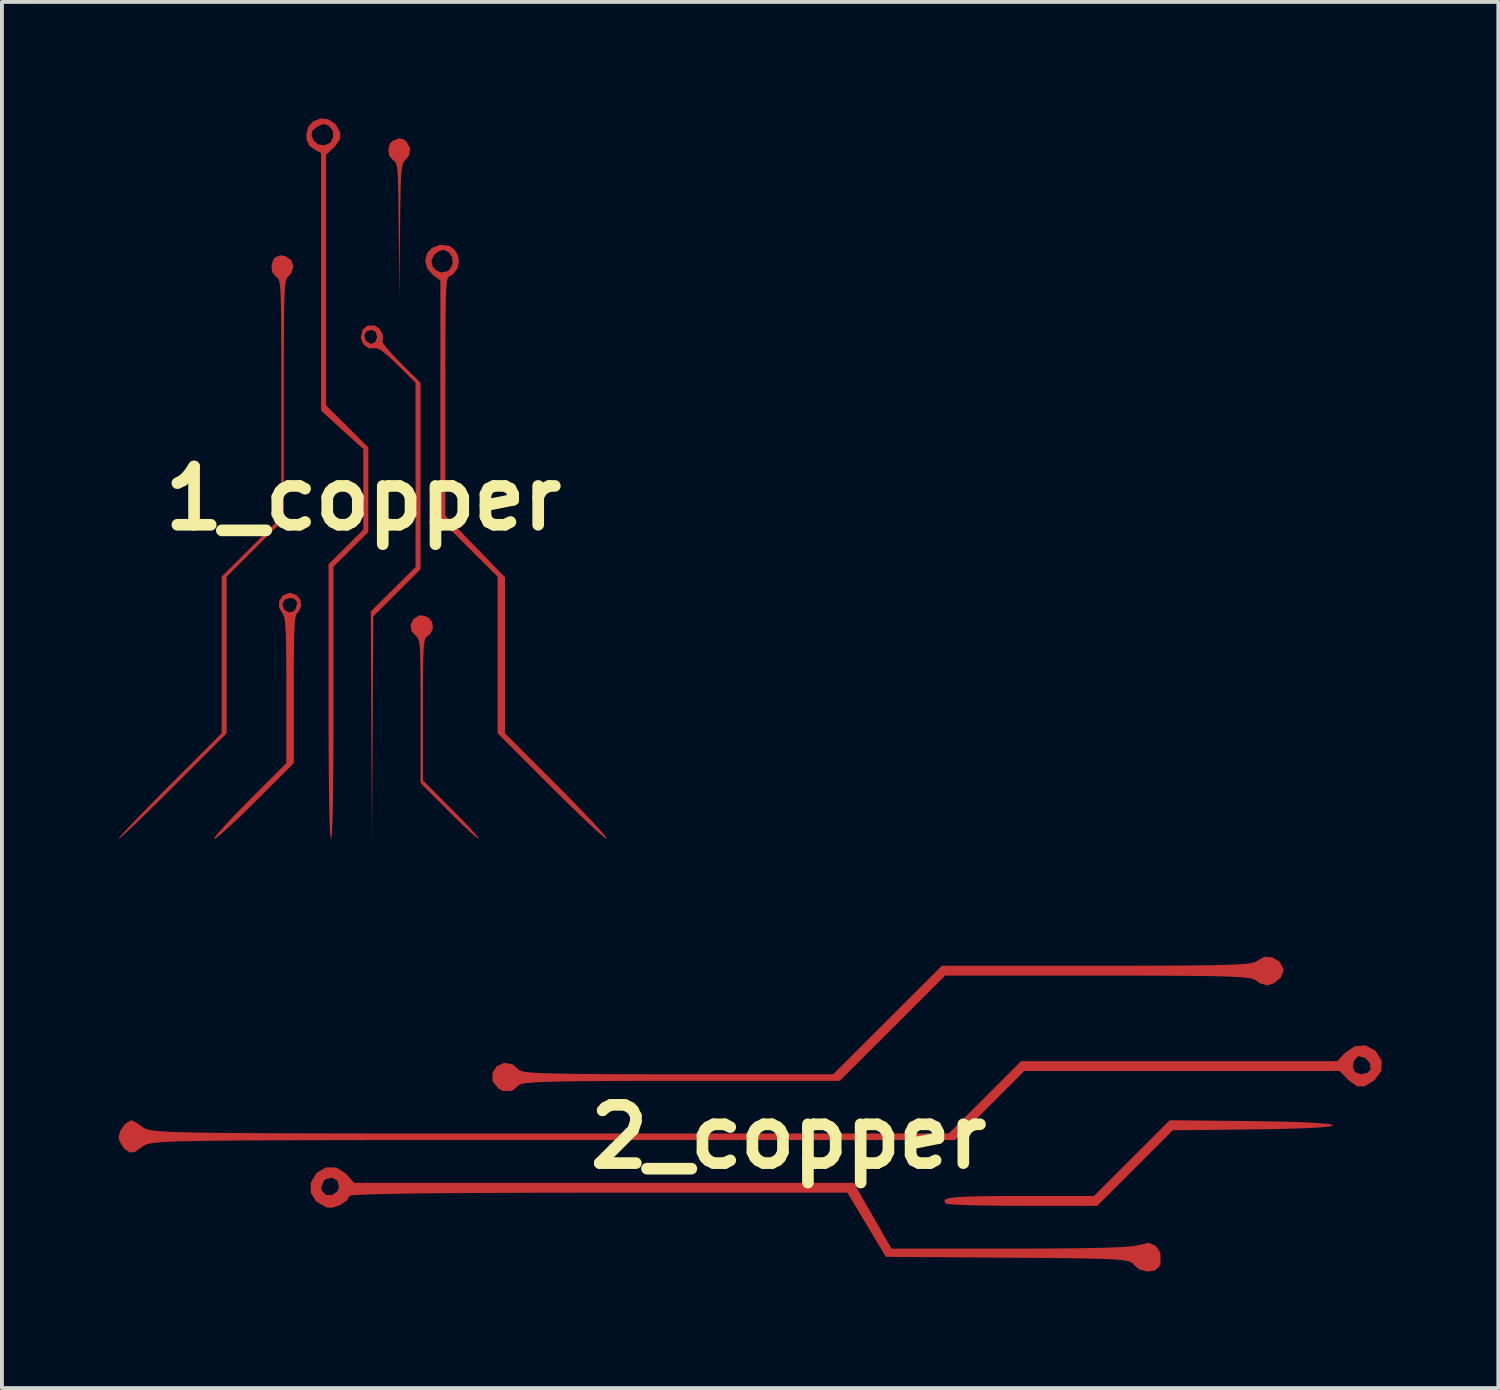
<source format=kicad_pcb>
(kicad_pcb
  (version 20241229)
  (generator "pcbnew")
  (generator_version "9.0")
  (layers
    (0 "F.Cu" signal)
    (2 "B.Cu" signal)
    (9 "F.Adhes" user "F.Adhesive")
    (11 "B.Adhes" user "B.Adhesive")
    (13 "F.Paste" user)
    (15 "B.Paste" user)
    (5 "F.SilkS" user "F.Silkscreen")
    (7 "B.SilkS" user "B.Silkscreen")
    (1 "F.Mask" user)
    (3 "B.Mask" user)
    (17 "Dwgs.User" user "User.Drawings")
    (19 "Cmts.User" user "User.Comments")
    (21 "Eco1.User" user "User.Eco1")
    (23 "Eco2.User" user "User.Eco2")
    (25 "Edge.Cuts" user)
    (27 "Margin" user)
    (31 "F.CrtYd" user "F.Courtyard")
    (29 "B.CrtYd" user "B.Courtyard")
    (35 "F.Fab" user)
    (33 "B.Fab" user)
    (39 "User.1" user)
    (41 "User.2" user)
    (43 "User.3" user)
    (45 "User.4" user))
  (footprint "1_copper"
    (layer "F.Cu")
    (at 6.302 9.779)
    (property "Reference" "1_copper" (at 0 0 0) (layer "F.SilkS") (effects (font (size 1.5 1.5) (thickness 0.3))))
    (attr board_only exclude_from_pos_files exclude_from_bom)
    (fp_poly (pts (xy 1.043 -9.239) (xy 1.115 -9.177) (xy 1.207 -9.009) (xy 1.178 -8.831) (xy 1.089 -8.716) (xy 1.051 -8.674) (xy 1.021 -8.617) (xy 0.998 -8.53) (xy 0.981 -8.398) (xy 0.968 -8.206) (xy 0.959 -7.937) (xy 0.952 -7.578) (xy 0.946 -7.113) (xy 0.944 -6.874) (xy 0.926 -5.15) (xy 0.911 -6.892) (xy 0.906 -7.409) (xy 0.9 -7.814) (xy 0.894 -8.12) (xy 0.884 -8.342) (xy 0.87 -8.495) (xy 0.851 -8.593) (xy 0.826 -8.652) (xy 0.793 -8.686) (xy 0.768 -8.701) (xy 0.666 -8.818) (xy 0.639 -8.981) (xy 0.686 -9.137) (xy 0.764 -9.211) (xy 0.922 -9.271)) (stroke (width 0) (type solid)) (fill yes) (layer "F.Cu"))
    (fp_poly (pts (xy 1.668 3.057) (xy 1.769 3.181) (xy 1.792 3.337) (xy 1.725 3.483) (xy 1.663 3.534) (xy 1.626 3.562) (xy 1.597 3.604) (xy 1.575 3.675) (xy 1.559 3.789) (xy 1.548 3.96) (xy 1.541 4.204) (xy 1.537 4.533) (xy 1.536 4.964) (xy 1.536 5.437) (xy 1.536 7.26) (xy 2.286 8.013) (xy 2.531 8.261) (xy 2.734 8.475) (xy 2.883 8.64) (xy 2.965 8.74) (xy 2.973 8.765) (xy 2.908 8.722) (xy 2.771 8.603) (xy 2.577 8.423) (xy 2.345 8.198) (xy 2.19 8.044) (xy 1.472 7.324) (xy 1.472 5.469) (xy 1.471 4.933) (xy 1.47 4.51) (xy 1.466 4.187) (xy 1.459 3.949) (xy 1.447 3.782) (xy 1.431 3.671) (xy 1.409 3.602) (xy 1.379 3.561) (xy 1.344 3.534) (xy 1.233 3.405) (xy 1.218 3.248) (xy 1.286 3.105) (xy 1.423 3.018) (xy 1.504 3.007)) (stroke (width 0) (type solid)) (fill yes) (layer "F.Cu"))
    (fp_poly (pts (xy 0.414 -4.37) (xy 0.496 -4.228) (xy 0.505 -4.083) (xy 0.489 -4.046) (xy 0.518 -3.981) (xy 0.622 -3.848) (xy 0.785 -3.667) (xy 0.963 -3.484) (xy 1.472 -2.978) (xy 1.472 -0.576) (xy 1.472 1.826) (xy 0.864 2.431) (xy 0.257 3.035) (xy 0.24 5.916) (xy 0.223 8.797) (xy 0.207 5.853) (xy 0.192 2.908) (xy 0.768 2.335) (xy 1.344 1.762) (xy 1.344 -0.608) (xy 1.344 -2.978) (xy 0.876 -3.443) (xy 0.625 -3.68) (xy 0.446 -3.821) (xy 0.332 -3.872) (xy 0.305 -3.868) (xy 0.142 -3.864) (xy 0.007 -3.957) (xy -0.062 -4.116) (xy -0.064 -4.153) (xy -0.052 -4.204) (xy 0.027 -4.204) (xy 0.057 -4.074) (xy 0.073 -4.052) (xy 0.192 -3.978) (xy 0.298 -4.013) (xy 0.351 -4.139) (xy 0.352 -4.16) (xy 0.315 -4.293) (xy 0.216 -4.338) (xy 0.088 -4.308) (xy 0.027 -4.204) (xy -0.052 -4.204) (xy -0.018 -4.347) (xy 0.108 -4.451) (xy 0.286 -4.453)) (stroke (width 0) (type solid)) (fill yes) (layer "F.Cu"))
    (fp_poly (pts (xy -1.723 2.483) (xy -1.621 2.609) (xy -1.598 2.769) (xy -1.669 2.919) (xy -1.695 2.943) (xy -1.723 2.983) (xy -1.746 3.058) (xy -1.763 3.184) (xy -1.775 3.373) (xy -1.783 3.638) (xy -1.788 3.993) (xy -1.791 4.452) (xy -1.791 4.919) (xy -1.791 6.815) (xy -2.768 7.79) (xy -3.06 8.078) (xy -3.326 8.332) (xy -3.551 8.539) (xy -3.722 8.686) (xy -3.822 8.759) (xy -3.839 8.765) (xy -3.824 8.723) (xy -3.729 8.603) (xy -3.566 8.42) (xy -3.346 8.186) (xy -3.082 7.913) (xy -2.958 7.789) (xy -1.983 6.812) (xy -1.983 4.937) (xy -1.984 4.385) (xy -1.987 3.947) (xy -1.993 3.609) (xy -2.003 3.359) (xy -2.016 3.183) (xy -2.034 3.066) (xy -2.058 2.996) (xy -2.079 2.966) (xy -2.17 2.805) (xy -2.167 2.718) (xy -2.085 2.718) (xy -2.046 2.849) (xy -2.041 2.855) (xy -1.914 2.937) (xy -1.791 2.901) (xy -1.738 2.831) (xy -1.703 2.676) (xy -1.776 2.581) (xy -1.886 2.559) (xy -2.024 2.606) (xy -2.085 2.718) (xy -2.167 2.718) (xy -2.164 2.636) (xy -2.074 2.499) (xy -1.916 2.433) (xy -1.887 2.431)) (stroke (width 0) (type solid)) (fill yes) (layer "F.Cu"))
    (fp_poly (pts (xy -1.996 -6.232) (xy -1.85 -6.126) (xy -1.8 -5.969) (xy -1.854 -5.801) (xy -1.916 -5.729) (xy -1.946 -5.699) (xy -1.972 -5.66) (xy -1.992 -5.601) (xy -2.009 -5.512) (xy -2.021 -5.381) (xy -2.031 -5.197) (xy -2.038 -4.949) (xy -2.043 -4.626) (xy -2.045 -4.217) (xy -2.047 -3.71) (xy -2.047 -3.096) (xy -2.047 -2.532) (xy -2.047 0.546) (xy -2.783 1.28) (xy -3.519 2.013) (xy -3.519 4.03) (xy -3.519 6.047) (xy -4.879 7.406) (xy -5.222 7.747) (xy -5.538 8.057) (xy -5.814 8.324) (xy -6.04 8.538) (xy -6.202 8.687) (xy -6.291 8.76) (xy -6.302 8.765) (xy -6.275 8.722) (xy -6.167 8.6) (xy -5.989 8.409) (xy -5.751 8.162) (xy -5.465 7.868) (xy -5.139 7.539) (xy -5.006 7.405) (xy -3.647 6.045) (xy -3.647 4.029) (xy -3.647 2.013) (xy -2.879 1.248) (xy -2.111 0.482) (xy -2.111 -2.572) (xy -2.111 -3.276) (xy -2.112 -3.863) (xy -2.114 -4.343) (xy -2.117 -4.729) (xy -2.122 -5.03) (xy -2.13 -5.258) (xy -2.14 -5.424) (xy -2.153 -5.538) (xy -2.171 -5.612) (xy -2.192 -5.656) (xy -2.218 -5.681) (xy -2.239 -5.694) (xy -2.338 -5.81) (xy -2.366 -5.978) (xy -2.322 -6.142) (xy -2.267 -6.209) (xy -2.133 -6.26)) (stroke (width 0) (type solid)) (fill yes) (layer "F.Cu"))
    (fp_poly (pts (xy -0.906 -9.762) (xy -0.73 -9.645) (xy -0.708 -9.62) (xy -0.596 -9.421) (xy -0.602 -9.241) (xy -0.73 -9.058) (xy -0.768 -9.021) (xy -0.96 -8.842) (xy -0.96 -5.619) (xy -0.96 -2.396) (xy -0.416 -1.855) (xy 0.128 -1.314) (xy 0.128 -0.224) (xy 0.128 0.867) (xy -0.32 1.312) (xy -0.768 1.756) (xy -0.768 5.261) (xy -0.769 6.116) (xy -0.772 6.856) (xy -0.778 7.477) (xy -0.786 7.979) (xy -0.796 8.359) (xy -0.809 8.615) (xy -0.823 8.747) (xy -0.832 8.765) (xy -0.847 8.702) (xy -0.861 8.512) (xy -0.872 8.197) (xy -0.881 7.761) (xy -0.888 7.203) (xy -0.893 6.526) (xy -0.895 5.732) (xy -0.896 5.229) (xy -0.896 1.692) (xy -0.448 1.248) (xy 0 0.803) (xy 0 -0.233) (xy 0 -1.27) (xy -0.544 -1.765) (xy -1.088 -2.26) (xy -1.088 -5.574) (xy -1.088 -8.889) (xy -1.232 -8.965) (xy -1.394 -9.081) (xy -1.462 -9.233) (xy -1.469 -9.34) (xy -1.332 -9.34) (xy -1.277 -9.209) (xy -1.162 -9.111) (xy -1 -9.09) (xy -0.853 -9.154) (xy -0.845 -9.162) (xy -0.773 -9.309) (xy -0.792 -9.473) (xy -0.894 -9.596) (xy -0.9 -9.599) (xy -1.032 -9.635) (xy -1.174 -9.577) (xy -1.188 -9.568) (xy -1.315 -9.458) (xy -1.332 -9.34) (xy -1.469 -9.34) (xy -1.471 -9.357) (xy -1.419 -9.565) (xy -1.285 -9.71) (xy -1.102 -9.779)) (stroke (width 0) (type solid)) (fill yes) (layer "F.Cu"))
    (fp_poly (pts (xy 2.219 -6.499) (xy 2.349 -6.404) (xy 2.427 -6.28) (xy 2.464 -6.1) (xy 2.418 -5.911) (xy 2.308 -5.765) (xy 2.232 -5.724) (xy 2.205 -5.711) (xy 2.181 -5.683) (xy 2.162 -5.631) (xy 2.147 -5.542) (xy 2.135 -5.407) (xy 2.126 -5.214) (xy 2.12 -4.953) (xy 2.116 -4.612) (xy 2.113 -4.182) (xy 2.112 -3.652) (xy 2.111 -3.009) (xy 2.111 -2.621) (xy 2.111 0.443) (xy 2.879 1.237) (xy 3.647 2.031) (xy 3.647 4.038) (xy 3.647 6.045) (xy 5.006 7.405) (xy 5.342 7.744) (xy 5.641 8.053) (xy 5.894 8.319) (xy 6.09 8.533) (xy 6.219 8.683) (xy 6.272 8.758) (xy 6.269 8.765) (xy 6.201 8.721) (xy 6.055 8.598) (xy 5.844 8.405) (xy 5.579 8.155) (xy 5.272 7.858) (xy 4.935 7.526) (xy 4.814 7.405) (xy 3.455 6.045) (xy 3.455 4.029) (xy 3.455 2.013) (xy 2.719 1.28) (xy 1.983 0.546) (xy 1.983 -2.53) (xy 1.983 -5.606) (xy 1.791 -5.748) (xy 1.642 -5.921) (xy 1.593 -6.116) (xy 1.594 -6.121) (xy 1.752 -6.121) (xy 1.779 -5.978) (xy 1.875 -5.868) (xy 2.012 -5.816) (xy 2.162 -5.849) (xy 2.226 -5.899) (xy 2.301 -6.046) (xy 2.285 -6.208) (xy 2.197 -6.34) (xy 2.052 -6.398) (xy 2.044 -6.398) (xy 1.925 -6.353) (xy 1.823 -6.27) (xy 1.752 -6.121) (xy 1.594 -6.121) (xy 1.636 -6.302) (xy 1.761 -6.448) (xy 1.959 -6.522) (xy 2.02 -6.525)) (stroke (width 0) (type solid)) (fill yes) (layer "F.Cu")))
  (footprint "2_copper"
    (layer "F.Cu")
    (at 17.245 26.209)
    (property "Reference" "2_copper" (at 0 0 0) (layer "F.SilkS") (effects (font (size 1.5 1.5) (thickness 0.3))))
    (attr board_only exclude_from_pos_files exclude_from_bom)
    (fp_poly (pts (xy 11.914 -0.404) (xy 12.615 -0.393) (xy 13.185 -0.377) (xy 13.613 -0.356) (xy 13.892 -0.332) (xy 14.013 -0.303) (xy 14.017 -0.296) (xy 13.934 -0.267) (xy 13.69 -0.241) (xy 13.294 -0.22) (xy 12.757 -0.203) (xy 12.087 -0.191) (xy 11.954 -0.189) (xy 9.891 -0.166) (xy 8.918 0.806) (xy 7.946 1.778) (xy 6.026 1.778) (xy 5.471 1.776) (xy 4.974 1.769) (xy 4.56 1.759) (xy 4.253 1.745) (xy 4.079 1.73) (xy 4.049 1.722) (xy 4.008 1.66) (xy 4.034 1.612) (xy 4.144 1.576) (xy 4.355 1.552) (xy 4.683 1.536) (xy 5.143 1.527) (xy 5.754 1.524) (xy 5.927 1.524) (xy 7.861 1.524) (xy 8.836 0.549) (xy 9.812 -0.426)) (stroke (width 0) (type solid)) (fill yes) (layer "F.Cu"))
    (fp_poly (pts (xy 12.454 -4.618) (xy 12.64 -4.508) (xy 12.738 -4.325) (xy 12.742 -4.276) (xy 12.671 -4.1) (xy 12.503 -3.953) (xy 12.318 -3.895) (xy 12.129 -3.952) (xy 12.033 -4.022) (xy 11.983 -4.052) (xy 11.892 -4.077) (xy 11.745 -4.097) (xy 11.527 -4.114) (xy 11.225 -4.126) (xy 10.823 -4.136) (xy 10.309 -4.142) (xy 9.667 -4.146) (xy 8.883 -4.148) (xy 7.969 -4.149) (xy 4.033 -4.149) (xy 2.676 -2.794) (xy 1.319 -1.439) (xy -2.777 -1.439) (xy -3.748 -1.439) (xy -4.563 -1.436) (xy -5.233 -1.431) (xy -5.771 -1.424) (xy -6.19 -1.414) (xy -6.502 -1.401) (xy -6.721 -1.384) (xy -6.859 -1.364) (xy -6.929 -1.339) (xy -6.94 -1.327) (xy -7.114 -1.18) (xy -7.339 -1.176) (xy -7.466 -1.239) (xy -7.62 -1.43) (xy -7.618 -1.652) (xy -7.509 -1.817) (xy -7.319 -1.903) (xy -7.103 -1.867) (xy -6.94 -1.725) (xy -6.899 -1.697) (xy -6.801 -1.674) (xy -6.633 -1.655) (xy -6.381 -1.64) (xy -6.034 -1.629) (xy -5.576 -1.62) (xy -4.996 -1.614) (xy -4.28 -1.611) (xy -3.415 -1.609) (xy -2.862 -1.609) (xy 1.149 -1.609) (xy 2.548 -3.006) (xy 3.948 -4.403) (xy 7.953 -4.403) (xy 8.896 -4.403) (xy 9.683 -4.405) (xy 10.329 -4.409) (xy 10.847 -4.415) (xy 11.251 -4.424) (xy 11.555 -4.437) (xy 11.775 -4.453) (xy 11.922 -4.472) (xy 12.013 -4.497) (xy 12.06 -4.526) (xy 12.063 -4.53) (xy 12.241 -4.633)) (stroke (width 0) (type solid)) (fill yes) (layer "F.Cu"))
    (fp_poly (pts (xy -11.629 0.793) (xy -11.382 0.957) (xy -11.367 0.974) (xy -11.183 1.185) (xy -4.751 1.185) (xy 1.681 1.185) (xy 2.166 2.032) (xy 2.651 2.879) (xy 5.749 2.879) (xy 6.703 2.876) (xy 7.49 2.869) (xy 8.113 2.856) (xy 8.573 2.838) (xy 8.874 2.815) (xy 9.018 2.787) (xy 9.021 2.785) (xy 9.262 2.729) (xy 9.455 2.808) (xy 9.571 2.99) (xy 9.577 3.241) (xy 9.548 3.337) (xy 9.428 3.445) (xy 9.232 3.469) (xy 9.026 3.412) (xy 8.896 3.303) (xy 8.859 3.259) (xy 8.805 3.224) (xy 8.718 3.195) (xy 8.579 3.173) (xy 8.373 3.156) (xy 8.083 3.143) (xy 7.693 3.133) (xy 7.184 3.126) (xy 6.541 3.119) (xy 5.747 3.113) (xy 5.642 3.113) (xy 2.506 3.09) (xy 2.01 2.265) (xy 1.515 1.439) (xy -4.892 1.439) (xy -6.195 1.44) (xy -7.36 1.444) (xy -8.381 1.449) (xy -9.257 1.456) (xy -9.981 1.466) (xy -10.552 1.477) (xy -10.964 1.49) (xy -11.214 1.505) (xy -11.298 1.522) (xy -11.371 1.645) (xy -11.543 1.758) (xy -11.746 1.825) (xy -11.888 1.822) (xy -12.154 1.669) (xy -12.295 1.443) (xy -12.297 1.292) (xy -12.025 1.292) (xy -12.013 1.386) (xy -11.901 1.498) (xy -11.743 1.499) (xy -11.609 1.403) (xy -11.57 1.302) (xy -11.61 1.133) (xy -11.745 1.052) (xy -11.911 1.09) (xy -11.954 1.125) (xy -12.025 1.292) (xy -12.297 1.292) (xy -12.299 1.185) (xy -12.154 0.938) (xy -12.148 0.931) (xy -11.898 0.784)) (stroke (width 0) (type solid)) (fill yes) (layer "F.Cu"))
    (fp_poly (pts (xy 15.104 -2.218) (xy 15.121 -2.201) (xy 15.27 -1.954) (xy 15.259 -1.696) (xy 15.088 -1.463) (xy 15.067 -1.445) (xy 14.833 -1.301) (xy 14.64 -1.298) (xy 14.435 -1.439) (xy 14.391 -1.482) (xy 14.179 -1.693) (xy 10.125 -1.693) (xy 6.071 -1.693) (xy 5.182 -0.804) (xy 4.293 0.085) (xy -6.059 0.085) (xy -7.6 0.085) (xy -8.98 0.085) (xy -10.209 0.085) (xy -11.295 0.086) (xy -12.247 0.088) (xy -13.075 0.091) (xy -13.787 0.094) (xy -14.393 0.098) (xy -14.902 0.104) (xy -15.322 0.111) (xy -15.663 0.119) (xy -15.934 0.129) (xy -16.144 0.141) (xy -16.302 0.155) (xy -16.418 0.17) (xy -16.499 0.188) (xy -16.556 0.209) (xy -16.597 0.232) (xy -16.627 0.254) (xy -16.82 0.387) (xy -16.951 0.408) (xy -17.081 0.32) (xy -17.111 0.29) (xy -17.221 0.113) (xy -17.245 0) (xy -17.191 -0.172) (xy -17.066 -0.337) (xy -16.927 -0.422) (xy -16.91 -0.423) (xy -16.803 -0.376) (xy -16.635 -0.26) (xy -16.627 -0.254) (xy -16.592 -0.229) (xy -16.55 -0.206) (xy -16.49 -0.186) (xy -16.405 -0.168) (xy -16.284 -0.153) (xy -16.12 -0.139) (xy -15.902 -0.127) (xy -15.622 -0.118) (xy -15.27 -0.109) (xy -14.838 -0.103) (xy -14.315 -0.097) (xy -13.695 -0.093) (xy -12.966 -0.09) (xy -12.12 -0.088) (xy -11.148 -0.086) (xy -10.04 -0.085) (xy -8.788 -0.085) (xy -7.383 -0.085) (xy -6.144 -0.085) (xy 4.123 -0.085) (xy 5.055 -1.016) (xy 5.813 -1.775) (xy 14.531 -1.775) (xy 14.583 -1.665) (xy 14.735 -1.609) (xy 14.903 -1.649) (xy 14.981 -1.733) (xy 14.966 -1.891) (xy 14.848 -2.024) (xy 14.69 -2.071) (xy 14.651 -2.062) (xy 14.549 -1.947) (xy 14.531 -1.775) (xy 5.813 -1.775) (xy 5.986 -1.947) (xy 10.055 -1.947) (xy 14.125 -1.947) (xy 14.321 -2.159) (xy 14.576 -2.333) (xy 14.85 -2.353)) (stroke (width 0) (type solid)) (fill yes) (layer "F.Cu")))
  (gr_rect
    (start -3 -3)
    (end 35.515 32.678)
    (stroke (width 0.1) (type default))
    (fill no)
    (layer "Edge.Cuts")))
</source>
